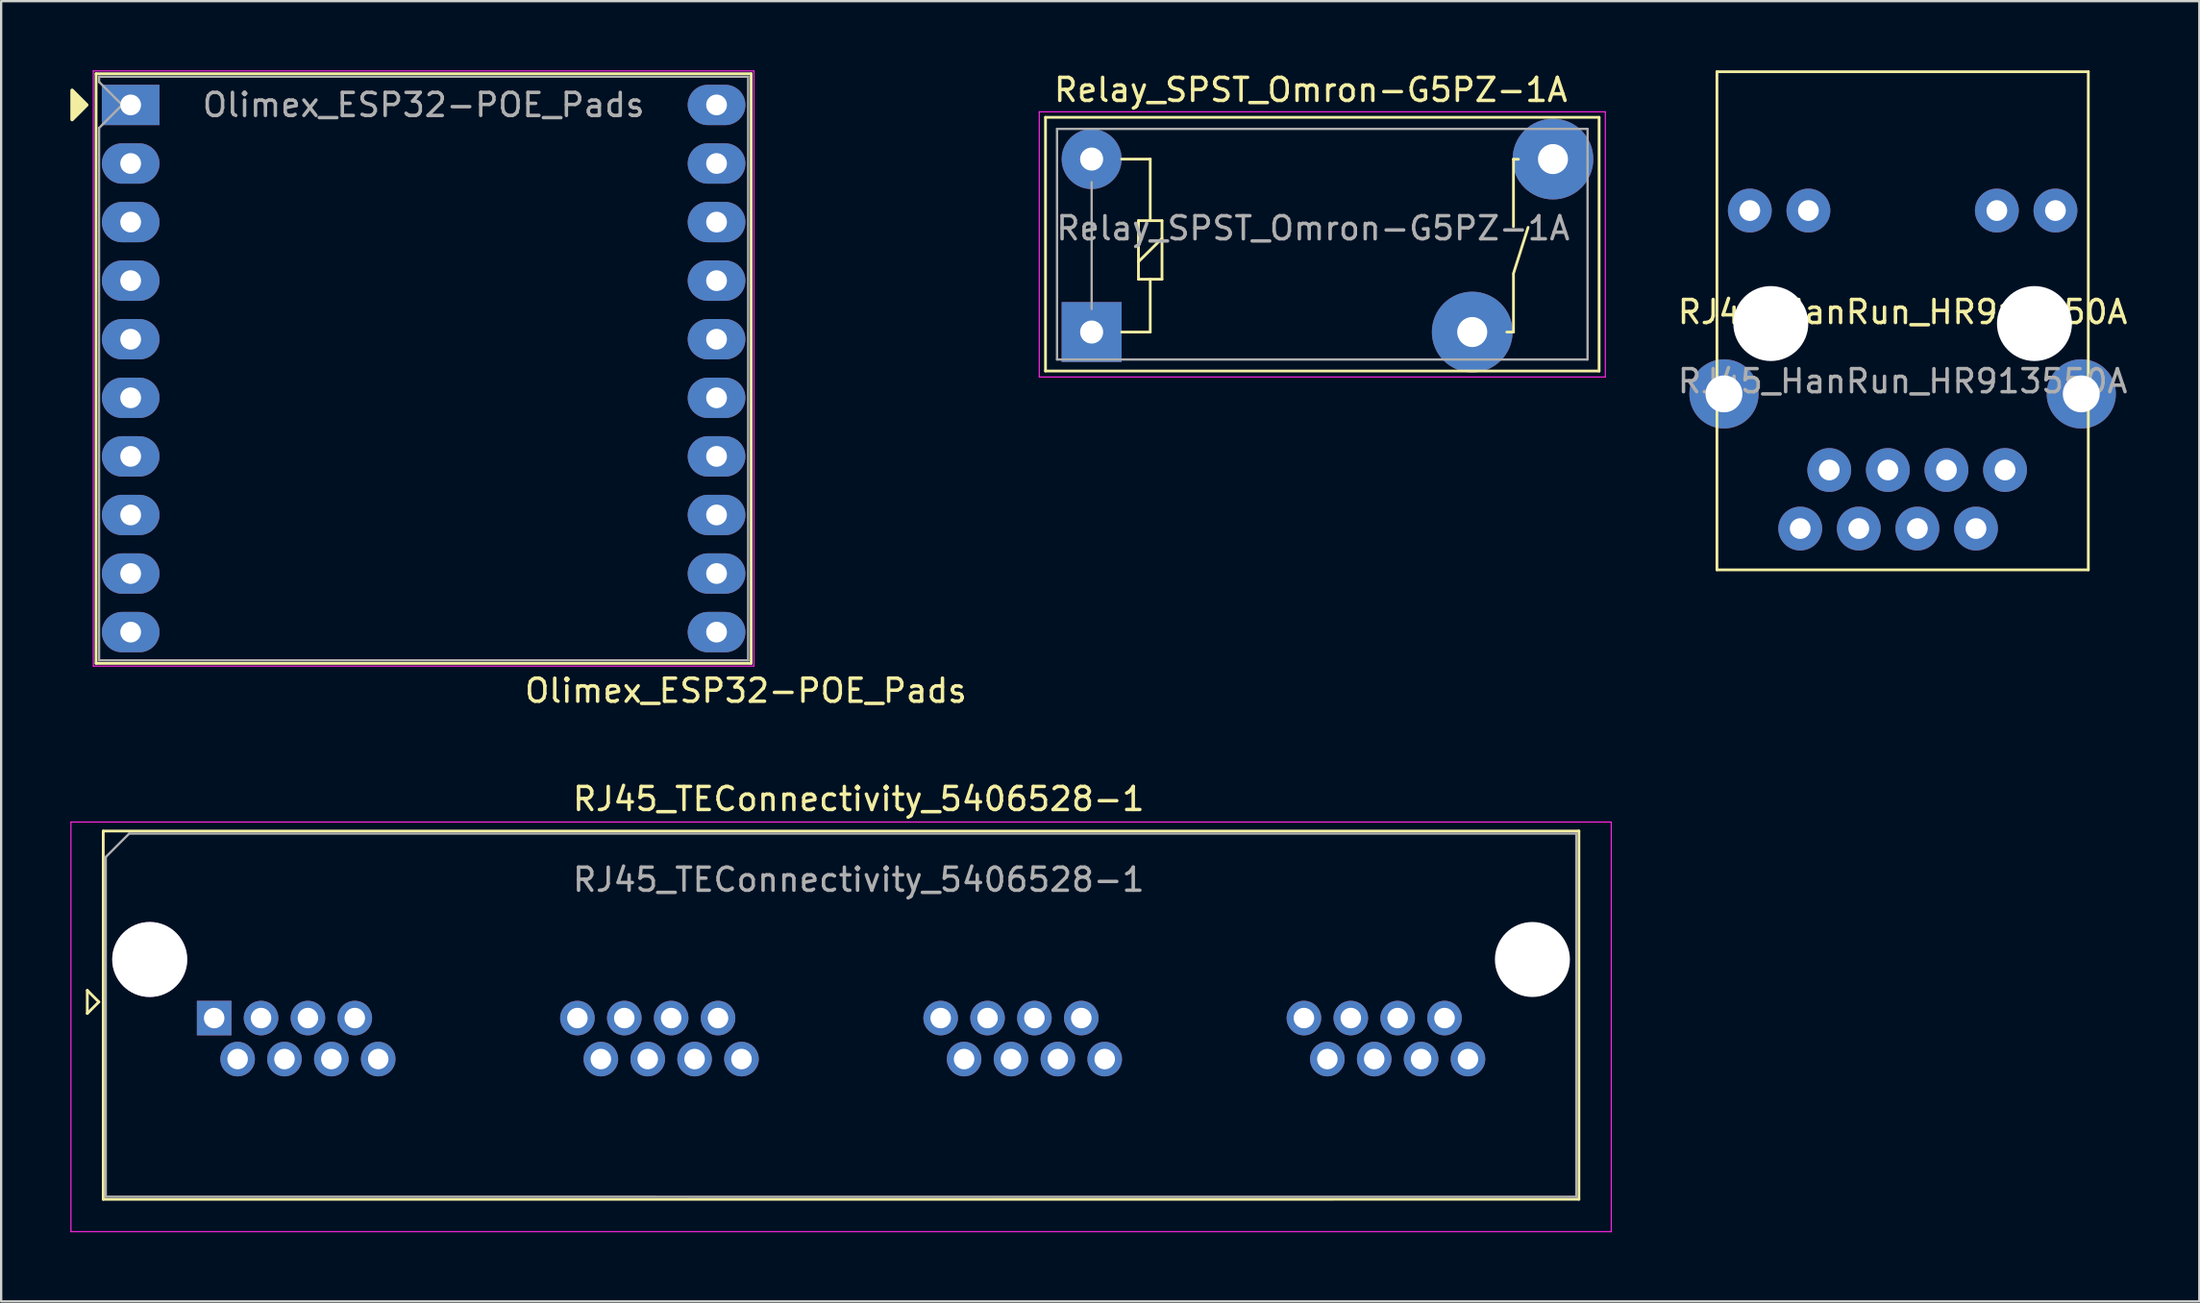
<source format=kicad_pcb>
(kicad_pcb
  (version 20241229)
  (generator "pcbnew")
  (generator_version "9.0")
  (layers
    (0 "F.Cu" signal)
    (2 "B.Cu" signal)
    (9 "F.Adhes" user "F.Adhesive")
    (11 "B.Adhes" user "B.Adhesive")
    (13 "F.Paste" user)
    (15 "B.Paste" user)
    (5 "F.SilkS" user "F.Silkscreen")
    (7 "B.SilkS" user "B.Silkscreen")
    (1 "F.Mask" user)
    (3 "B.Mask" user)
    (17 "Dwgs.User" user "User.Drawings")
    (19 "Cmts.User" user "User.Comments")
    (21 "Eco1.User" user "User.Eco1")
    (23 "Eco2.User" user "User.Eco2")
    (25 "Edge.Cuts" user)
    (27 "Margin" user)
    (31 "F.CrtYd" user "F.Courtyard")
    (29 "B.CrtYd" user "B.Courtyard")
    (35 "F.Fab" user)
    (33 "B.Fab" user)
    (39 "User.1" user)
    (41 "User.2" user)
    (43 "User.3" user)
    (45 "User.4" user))
  (footprint "RJ45_HanRun_HR913550A"
    (layer "F.Cu")
    (at 79.435 10.98)
    (property "Reference" "RJ45_HanRun_HR913550A" (at 0 -0.5 0) (unlocked yes) (layer "F.SilkS") (effects (font (size 1 1) (thickness 0.15))))
    (attr through_hole)
    (fp_line (start -8.05 -10.92) (end -8.05 10.68) (stroke (width 0.12) (type solid)) (layer "F.SilkS"))
    (fp_line (start -8.05 -10.92) (end 8.05 -10.92) (stroke (width 0.12) (type solid)) (layer "F.SilkS"))
    (fp_line (start -8.05 10.68) (end 8.05 10.68) (stroke (width 0.12) (type solid)) (layer "F.SilkS"))
    (fp_line (start 8.05 -10.92) (end 8.05 10.68) (stroke (width 0.12) (type solid)) (layer "F.SilkS"))
    (fp_text user "${REFERENCE}" (at 0 2.5 0) (unlocked yes) (layer "F.Fab") (effects (font (size 1 1) (thickness 0.15))))
    (pad "" np_thru_hole circle (at -5.715 0) (size 3.25 3.25) (drill 3.25) (layers "*.Cu" "*.Mask"))
    (pad "" np_thru_hole circle (at 5.715 0) (size 3.25 3.25) (drill 3.25) (layers "*.Cu" "*.Mask"))
    (pad "1" thru_hole circle (at 4.44 6.35) (size 1.9 1.9) (drill 0.9) (layers "*.Cu" "*.Mask"))
    (pad "2" thru_hole circle (at 3.18 8.89) (size 1.9 1.9) (drill 0.9) (layers "*.Cu" "*.Mask"))
    (pad "3" thru_hole circle (at 1.9 6.35) (size 1.9 1.9) (drill 0.9) (layers "*.Cu" "*.Mask"))
    (pad "4" thru_hole circle (at 0.64 8.89) (size 1.9 1.9) (drill 0.9) (layers "*.Cu" "*.Mask"))
    (pad "5" thru_hole circle (at -0.64 6.35) (size 1.9 1.9) (drill 0.9) (layers "*.Cu" "*.Mask"))
    (pad "6" thru_hole circle (at -1.9 8.89) (size 1.9 1.9) (drill 0.9) (layers "*.Cu" "*.Mask"))
    (pad "7" thru_hole circle (at -3.18 6.35) (size 1.9 1.9) (drill 0.9) (layers "*.Cu" "*.Mask"))
    (pad "8" thru_hole circle (at -4.44 8.89) (size 1.9 1.9) (drill 0.9) (layers "*.Cu" "*.Mask"))
    (pad "9" thru_hole circle (at 6.625 -4.9) (size 1.9 1.9) (drill 0.9) (layers "*.Cu" "*.Mask"))
    (pad "10" thru_hole circle (at 4.085 -4.9) (size 1.9 1.9) (drill 0.9) (layers "*.Cu" "*.Mask"))
    (pad "11" thru_hole circle (at -4.085 -4.9) (size 1.9 1.9) (drill 0.9) (layers "*.Cu" "*.Mask"))
    (pad "12" thru_hole circle (at -6.625 -4.9) (size 1.9 1.9) (drill 0.9) (layers "*.Cu" "*.Mask"))
    (pad "SH" thru_hole circle (at -7.745 3.05) (size 3 3) (drill 1.6) (layers "*.Cu" "*.Mask"))
    (pad "SH" thru_hole circle (at 7.745 3.05) (size 3 3) (drill 1.6) (layers "*.Cu" "*.Mask")))
  (footprint "Olimex_ESP32-POE_Pads"
    (layer "F.Cu")
    (at 2.615 1.5)
    (property "Reference" "Olimex_ESP32-POE_Pads" (at 26.67 25.4 0) (layer "F.SilkS") (effects (font (size 1 1) (thickness 0.15))))
    (attr through_hole)
    (fp_line (start -1.5 24.215) (end -1.5 -1.355) (stroke (width 0.12) (type solid)) (layer "F.SilkS"))
    (fp_line (start -1.5 24.215) (end 26.9 24.215) (stroke (width 0.12) (type solid)) (layer "F.SilkS"))
    (fp_line (start 26.9 -1.355) (end -1.5 -1.355) (stroke (width 0.12) (type solid)) (layer "F.SilkS"))
    (fp_line (start 26.9 24.215) (end 26.9 -1.355) (stroke (width 0.12) (type solid)) (layer "F.SilkS"))
    (fp_poly (pts (xy -2.54 -0.635) (xy -2.54 0.635) (xy -1.905 0)) (stroke (width 0.15) (type solid)) (fill yes) (layer "F.SilkS"))
    (fp_line (start -1.62 -1.475) (end 27.02 -1.475) (stroke (width 0.05) (type solid)) (layer "F.CrtYd"))
    (fp_line (start -1.62 24.335) (end -1.62 -1.475) (stroke (width 0.05) (type solid)) (layer "F.CrtYd"))
    (fp_line (start 27.02 -1.475) (end 27.02 24.335) (stroke (width 0.05) (type solid)) (layer "F.CrtYd"))
    (fp_line (start 27.02 24.335) (end -1.62 24.335) (stroke (width 0.05) (type solid)) (layer "F.CrtYd"))
    (fp_line (start -1.37 -1.225) (end -1.37 -1) (stroke (width 0.1) (type solid)) (layer "F.Fab"))
    (fp_line (start -1.37 1) (end -1.37 24.085) (stroke (width 0.1) (type solid)) (layer "F.Fab"))
    (fp_line (start -1.37 1) (end -0.37 0) (stroke (width 0.1) (type solid)) (layer "F.Fab"))
    (fp_line (start -1.37 24.085) (end 26.77 24.085) (stroke (width 0.1) (type solid)) (layer "F.Fab"))
    (fp_line (start -0.37 0) (end -1.37 -1) (stroke (width 0.1) (type solid)) (layer "F.Fab"))
    (fp_line (start 26.77 -1.225) (end -1.37 -1.225) (stroke (width 0.1) (type solid)) (layer "F.Fab"))
    (fp_line (start 26.77 24.085) (end 26.77 -1.225) (stroke (width 0.1) (type solid)) (layer "F.Fab"))
    (fp_text user "${REFERENCE}" (at 12.7 0 0) (layer "F.Fab") (effects (font (size 1 1) (thickness 0.15))))
    (pad "1" thru_hole rect (at 0 0) (size 2.5 1.75) (drill 0.9) (layers "*.Cu" "*.Mask"))
    (pad "2" thru_hole oval (at 0 2.54) (size 2.5 1.75) (drill 0.9) (layers "*.Cu" "*.Mask"))
    (pad "3" thru_hole oval (at 0 5.08) (size 2.5 1.75) (drill 0.9) (layers "*.Cu" "*.Mask"))
    (pad "4" thru_hole oval (at 0 7.62) (size 2.5 1.75) (drill 0.9) (layers "*.Cu" "*.Mask"))
    (pad "5" thru_hole oval (at 0 10.16) (size 2.5 1.75) (drill 0.9) (layers "*.Cu" "*.Mask"))
    (pad "6" thru_hole oval (at 0 12.7) (size 2.5 1.75) (drill 0.9) (layers "*.Cu" "*.Mask"))
    (pad "7" thru_hole oval (at 0 15.24) (size 2.5 1.75) (drill 0.9) (layers "*.Cu" "*.Mask"))
    (pad "8" thru_hole oval (at 0 17.78) (size 2.5 1.75) (drill 0.9) (layers "*.Cu" "*.Mask"))
    (pad "9" thru_hole oval (at 0 20.32) (size 2.5 1.75) (drill 0.9) (layers "*.Cu" "*.Mask"))
    (pad "10" thru_hole oval (at 0 22.86) (size 2.5 1.75) (drill 0.9) (layers "*.Cu" "*.Mask"))
    (pad "11" thru_hole oval (at 25.4 22.86) (size 2.5 1.75) (drill 0.9) (layers "*.Cu" "*.Mask"))
    (pad "12" thru_hole oval (at 25.4 20.32) (size 2.5 1.75) (drill 0.9) (layers "*.Cu" "*.Mask"))
    (pad "13" thru_hole oval (at 25.4 17.78) (size 2.5 1.75) (drill 0.9) (layers "*.Cu" "*.Mask"))
    (pad "14" thru_hole oval (at 25.4 15.24) (size 2.5 1.75) (drill 0.9) (layers "*.Cu" "*.Mask"))
    (pad "15" thru_hole oval (at 25.4 12.7) (size 2.5 1.75) (drill 0.9) (layers "*.Cu" "*.Mask"))
    (pad "16" thru_hole oval (at 25.4 10.16) (size 2.5 1.75) (drill 0.9) (layers "*.Cu" "*.Mask"))
    (pad "17" thru_hole oval (at 25.4 7.62) (size 2.5 1.75) (drill 0.9) (layers "*.Cu" "*.Mask"))
    (pad "18" thru_hole oval (at 25.4 5.08) (size 2.5 1.75) (drill 0.9) (layers "*.Cu" "*.Mask"))
    (pad "19" thru_hole oval (at 25.4 2.54) (size 2.5 1.75) (drill 0.9) (layers "*.Cu" "*.Mask"))
    (pad "20" thru_hole oval (at 25.4 0) (size 2.5 1.75) (drill 0.9) (layers "*.Cu" "*.Mask")))
  (footprint "Relay_SPST_Omron-G5PZ-1A"
    (layer "F.Cu")
    (at 44.276 11.348)
    (property "Reference" "Relay_SPST_Omron-G5PZ-1A" (at 9.5 -10.5 180) (layer "F.SilkS") (effects (font (size 1 1) (thickness 0.15))))
    (attr through_hole)
    (fp_line (start -2 -9.31) (end 22 -9.31) (stroke (width 0.12) (type solid)) (layer "F.SilkS"))
    (fp_line (start -2 1.69) (end -2 -9.31) (stroke (width 0.12) (type solid)) (layer "F.SilkS"))
    (fp_line (start -2 1.69) (end 22 1.69) (stroke (width 0.12) (type solid)) (layer "F.SilkS"))
    (fp_line (start 1.3 0) (end 2.54 0) (stroke (width 0.12) (type solid)) (layer "F.SilkS"))
    (fp_line (start 2.03 -4.83) (end 2.54 -4.83) (stroke (width 0.12) (type solid)) (layer "F.SilkS"))
    (fp_line (start 2.03 -3.05) (end 3.05 -4.06) (stroke (width 0.12) (type solid)) (layer "F.SilkS"))
    (fp_line (start 2.03 -2.29) (end 2.03 -4.83) (stroke (width 0.12) (type solid)) (layer "F.SilkS"))
    (fp_line (start 2.54 -7.5) (end 1.3 -7.5) (stroke (width 0.12) (type solid)) (layer "F.SilkS"))
    (fp_line (start 2.54 -4.83) (end 2.54 -7.5) (stroke (width 0.12) (type solid)) (layer "F.SilkS"))
    (fp_line (start 2.54 -4.83) (end 3.05 -4.83) (stroke (width 0.12) (type solid)) (layer "F.SilkS"))
    (fp_line (start 2.54 -2.29) (end 2.03 -2.29) (stroke (width 0.12) (type solid)) (layer "F.SilkS"))
    (fp_line (start 2.54 0) (end 2.54 -2.29) (stroke (width 0.12) (type solid)) (layer "F.SilkS"))
    (fp_line (start 3.05 -4.83) (end 3.05 -2.29) (stroke (width 0.12) (type solid)) (layer "F.SilkS"))
    (fp_line (start 3.05 -2.29) (end 2.54 -2.29) (stroke (width 0.12) (type solid)) (layer "F.SilkS"))
    (fp_line (start 18 0) (end 18.288 0) (stroke (width 0.12) (type solid)) (layer "F.SilkS"))
    (fp_line (start 18.288 -7.493) (end 18.288 -4.572) (stroke (width 0.12) (type solid)) (layer "F.SilkS"))
    (fp_line (start 18.288 -7.493) (end 18.5 -7.493) (stroke (width 0.12) (type solid)) (layer "F.SilkS"))
    (fp_line (start 18.288 -2.5) (end 18.288 0) (stroke (width 0.12) (type solid)) (layer "F.SilkS"))
    (fp_line (start 18.923 -4.54) (end 18.288 -2.54) (stroke (width 0.12) (type solid)) (layer "F.SilkS"))
    (fp_line (start 22 1.69) (end 22 -9.31) (stroke (width 0.12) (type solid)) (layer "F.SilkS"))
    (fp_line (start -2.27 -9.55) (end 22.27 -9.55) (stroke (width 0.05) (type solid)) (layer "F.CrtYd"))
    (fp_line (start -2.27 1.95) (end -2.27 -9.55) (stroke (width 0.05) (type solid)) (layer "F.CrtYd"))
    (fp_line (start 22.27 -9.55) (end 22.27 1.95) (stroke (width 0.05) (type solid)) (layer "F.CrtYd"))
    (fp_line (start 22.27 1.95) (end -2.27 1.95) (stroke (width 0.05) (type solid)) (layer "F.CrtYd"))
    (fp_line (start -1.5 -8.81) (end 21.5 -8.81) (stroke (width 0.1) (type solid)) (layer "F.Fab"))
    (fp_line (start -1.5 1.19) (end -1.5 -8.81) (stroke (width 0.1) (type solid)) (layer "F.Fab"))
    (fp_line (start 0 -1) (end 0 -6.5) (stroke (width 0.1) (type solid)) (layer "F.Fab"))
    (fp_line (start 21.5 -8.81) (end 21.5 1.19) (stroke (width 0.1) (type solid)) (layer "F.Fab"))
    (fp_line (start 21.5 1.19) (end -1.5 1.19) (stroke (width 0.1) (type solid)) (layer "F.Fab"))
    (fp_text user "${REFERENCE}" (at 9.6 -4.5 0) (layer "F.Fab") (effects (font (size 1 1) (thickness 0.15))))
    (pad "1" thru_hole rect (at 0 0 180) (size 2.6 2.6) (drill 1) (layers "*.Cu" "*.Mask"))
    (pad "2" thru_hole circle (at 16.5 0 180) (size 3.5 3.5) (drill 1.3) (layers "*.Cu" "*.Mask"))
    (pad "3" thru_hole circle (at 20 -7.5 180) (size 3.5 3.5) (drill 1.3) (layers "*.Cu" "*.Mask"))
    (pad "4" thru_hole circle (at 0 -7.5 180) (size 2.6 2.6) (drill 1) (layers "*.Cu" "*.Mask")))
  (footprint "RJ45_TEConnectivity_5406528-1"
    (layer "F.Cu")
    (at 6.235 41.096)
    (property "Reference" "RJ45_TEConnectivity_5406528-1" (at 27.94 -9.5 0) (layer "F.SilkS") (effects (font (size 1 1) (thickness 0.15))))
    (attr through_hole)
    (fp_line (start -5.5 -1.2) (end -5 -0.7) (stroke (width 0.12) (type solid)) (layer "F.SilkS"))
    (fp_line (start -5.5 -0.2) (end -5.5 -1.2) (stroke (width 0.12) (type solid)) (layer "F.SilkS"))
    (fp_line (start -5 -0.7) (end -5.5 -0.2) (stroke (width 0.12) (type solid)) (layer "F.SilkS"))
    (fp_line (start -4.809 -8.111) (end -4.809 7.86) (stroke (width 0.12) (type solid)) (layer "F.SilkS"))
    (fp_line (start -4.809 7.86) (end 59.165 7.857) (stroke (width 0.12) (type solid)) (layer "F.SilkS"))
    (fp_line (start -4.805 -8.111) (end 59.165 -8.111) (stroke (width 0.12) (type solid)) (layer "F.SilkS"))
    (fp_line (start 59.165 -8.111) (end 59.165 7.857) (stroke (width 0.12) (type solid)) (layer "F.SilkS"))
    (fp_line (start -6.21 -8.5) (end -6.21 9.26) (stroke (width 0.05) (type solid)) (layer "F.CrtYd"))
    (fp_line (start -6.21 -8.5) (end 60.568 -8.5) (stroke (width 0.05) (type solid)) (layer "F.CrtYd"))
    (fp_line (start -6.21 9.26) (end 60.568 9.26) (stroke (width 0.05) (type solid)) (layer "F.CrtYd"))
    (fp_line (start 60.568 -8.5) (end 60.568 9.26) (stroke (width 0.05) (type solid)) (layer "F.CrtYd"))
    (fp_line (start -4.699 -6.985) (end -4.699 7.747) (stroke (width 0.1) (type solid)) (layer "F.Fab"))
    (fp_line (start -4.699 -6.985) (end -3.683 -8.001) (stroke (width 0.1) (type solid)) (layer "F.Fab"))
    (fp_line (start -4.699 7.747) (end 59.055 7.75) (stroke (width 0.1) (type solid)) (layer "F.Fab"))
    (fp_line (start -3.683 -8.001) (end 59.055 -8) (stroke (width 0.1) (type solid)) (layer "F.Fab"))
    (fp_line (start 59.055 -8) (end 59.055 7.75) (stroke (width 0.1) (type solid)) (layer "F.Fab"))
    (fp_text user "${REFERENCE}" (at 27.94 -6 0) (layer "F.Fab") (effects (font (size 1 1) (thickness 0.15))))
    (pad "" np_thru_hole circle (at -2.794 -2.54) (size 3.251 3.251) (drill 3.25) (layers "*.Cu" "*.Mask"))
    (pad "" np_thru_hole circle (at 57.15 -2.54) (size 3.251 3.251) (drill 3.251) (layers "*.Cu" "*.Mask"))
    (pad "1" thru_hole rect (at 0 0) (size 1.499 1.499) (drill 0.889) (layers "*.Cu" "*.Mask"))
    (pad "2" thru_hole circle (at 1.016 1.778) (size 1.499 1.499) (drill 0.889) (layers "*.Cu" "*.Mask"))
    (pad "3" thru_hole circle (at 2.032 0) (size 1.499 1.499) (drill 0.889) (layers "*.Cu" "*.Mask"))
    (pad "4" thru_hole circle (at 3.048 1.778) (size 1.499 1.499) (drill 0.889) (layers "*.Cu" "*.Mask"))
    (pad "5" thru_hole circle (at 4.064 0) (size 1.499 1.499) (drill 0.889) (layers "*.Cu" "*.Mask"))
    (pad "6" thru_hole circle (at 5.08 1.778) (size 1.499 1.499) (drill 0.889) (layers "*.Cu" "*.Mask"))
    (pad "7" thru_hole circle (at 6.096 0) (size 1.499 1.499) (drill 0.889) (layers "*.Cu" "*.Mask"))
    (pad "8" thru_hole circle (at 7.112 1.778) (size 1.499 1.499) (drill 0.889) (layers "*.Cu" "*.Mask"))
    (pad "9" thru_hole circle (at 15.748 0) (size 1.499 1.499) (drill 0.889) (layers "*.Cu" "*.Mask"))
    (pad "10" thru_hole circle (at 16.764 1.778) (size 1.499 1.499) (drill 0.889) (layers "*.Cu" "*.Mask"))
    (pad "11" thru_hole circle (at 17.78 0) (size 1.499 1.499) (drill 0.889) (layers "*.Cu" "*.Mask"))
    (pad "12" thru_hole circle (at 18.796 1.778) (size 1.499 1.499) (drill 0.889) (layers "*.Cu" "*.Mask"))
    (pad "13" thru_hole circle (at 19.812 0) (size 1.499 1.499) (drill 0.889) (layers "*.Cu" "*.Mask"))
    (pad "14" thru_hole circle (at 20.828 1.778) (size 1.499 1.499) (drill 0.889) (layers "*.Cu" "*.Mask"))
    (pad "15" thru_hole circle (at 21.844 0) (size 1.499 1.499) (drill 0.889) (layers "*.Cu" "*.Mask"))
    (pad "16" thru_hole circle (at 22.86 1.778) (size 1.499 1.499) (drill 0.889) (layers "*.Cu" "*.Mask"))
    (pad "17" thru_hole circle (at 31.496 0) (size 1.499 1.499) (drill 0.889) (layers "*.Cu" "*.Mask"))
    (pad "18" thru_hole circle (at 32.512 1.778) (size 1.499 1.499) (drill 0.889) (layers "*.Cu" "*.Mask"))
    (pad "19" thru_hole circle (at 33.528 0) (size 1.499 1.499) (drill 0.889) (layers "*.Cu" "*.Mask"))
    (pad "20" thru_hole circle (at 34.544 1.778) (size 1.499 1.499) (drill 0.889) (layers "*.Cu" "*.Mask"))
    (pad "21" thru_hole circle (at 35.56 0) (size 1.499 1.499) (drill 0.889) (layers "*.Cu" "*.Mask"))
    (pad "22" thru_hole circle (at 36.576 1.778) (size 1.499 1.499) (drill 0.889) (layers "*.Cu" "*.Mask"))
    (pad "23" thru_hole circle (at 37.592 0) (size 1.499 1.499) (drill 0.889) (layers "*.Cu" "*.Mask"))
    (pad "24" thru_hole circle (at 38.608 1.778) (size 1.499 1.499) (drill 0.889) (layers "*.Cu" "*.Mask"))
    (pad "25" thru_hole circle (at 47.244 0) (size 1.499 1.499) (drill 0.889) (layers "*.Cu" "*.Mask"))
    (pad "26" thru_hole circle (at 48.26 1.778) (size 1.499 1.499) (drill 0.889) (layers "*.Cu" "*.Mask"))
    (pad "27" thru_hole circle (at 49.276 0) (size 1.499 1.499) (drill 0.889) (layers "*.Cu" "*.Mask"))
    (pad "28" thru_hole circle (at 50.292 1.778) (size 1.499 1.499) (drill 0.889) (layers "*.Cu" "*.Mask"))
    (pad "29" thru_hole circle (at 51.308 0) (size 1.499 1.499) (drill 0.889) (layers "*.Cu" "*.Mask"))
    (pad "30" thru_hole circle (at 52.324 1.778) (size 1.499 1.499) (drill 0.889) (layers "*.Cu" "*.Mask"))
    (pad "31" thru_hole circle (at 53.34 0) (size 1.499 1.499) (drill 0.889) (layers "*.Cu" "*.Mask"))
    (pad "32" thru_hole circle (at 54.356 1.778) (size 1.499 1.499) (drill 0.889) (layers "*.Cu" "*.Mask")))
  (gr_rect
    (start -3 -3)
    (end 92.298 53.382)
    (stroke (width 0.1) (type default))
    (fill no)
    (layer "Edge.Cuts")))
</source>
